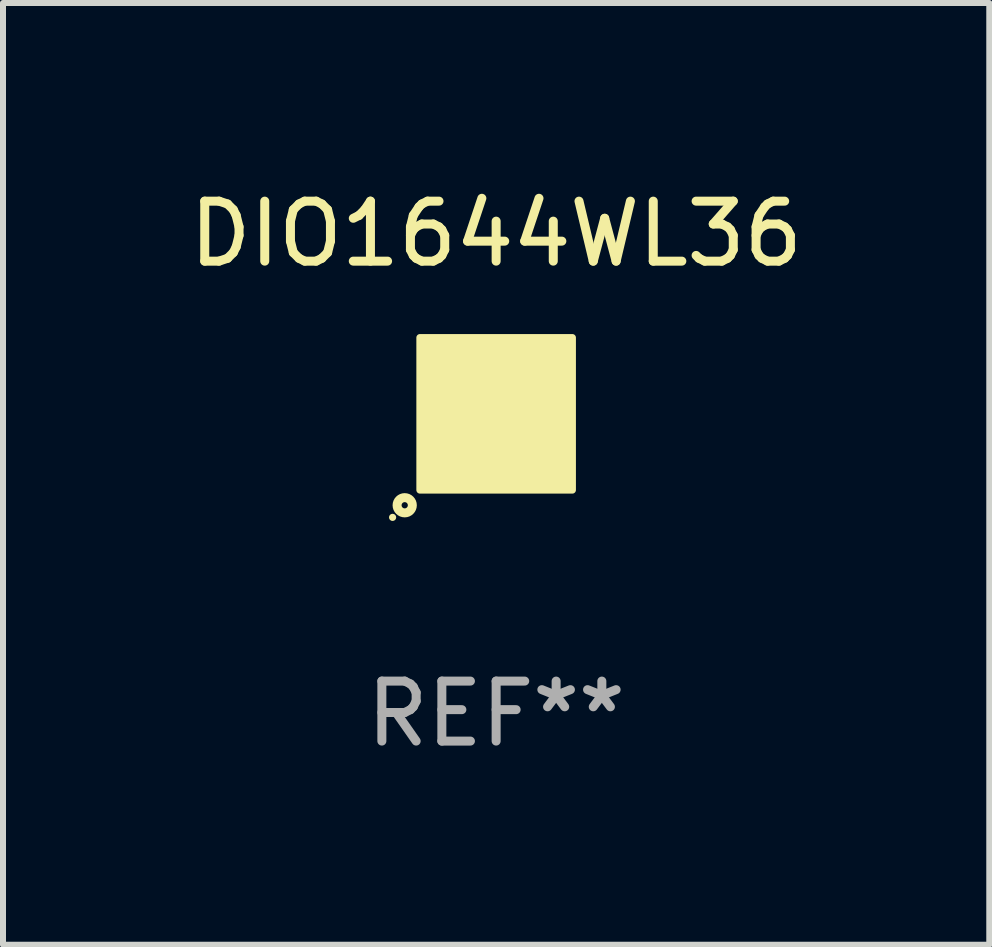
<source format=kicad_pcb>
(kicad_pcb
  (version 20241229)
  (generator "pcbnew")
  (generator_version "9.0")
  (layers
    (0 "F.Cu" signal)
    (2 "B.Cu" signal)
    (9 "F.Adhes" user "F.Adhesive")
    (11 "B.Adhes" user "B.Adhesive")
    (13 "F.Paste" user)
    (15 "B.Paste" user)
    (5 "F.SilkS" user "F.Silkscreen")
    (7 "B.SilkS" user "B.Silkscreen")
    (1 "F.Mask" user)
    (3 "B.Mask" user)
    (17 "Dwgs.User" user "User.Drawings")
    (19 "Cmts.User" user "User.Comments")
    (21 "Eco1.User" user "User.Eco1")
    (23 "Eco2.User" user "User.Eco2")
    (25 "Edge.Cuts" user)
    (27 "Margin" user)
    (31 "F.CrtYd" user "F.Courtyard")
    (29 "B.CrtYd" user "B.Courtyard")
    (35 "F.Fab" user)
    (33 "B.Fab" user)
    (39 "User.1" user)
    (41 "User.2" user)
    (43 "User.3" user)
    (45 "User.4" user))
  (footprint "DIO1644WL36"
    (layer "F.Cu")
    (at 5.22 3.848)
    (property "Reference" "DIO1644WL36" (at 0 -3 0) (layer "F.SilkS") (effects (font (size 1 1) (thickness 0.15))))
    (attr through_hole)
    (fp_circle (center -1.726 1.726) (end -1.696 1.726) (stroke (width 0.06) (type solid)) (fill no) (layer "F.SilkS"))
    (fp_circle (center -1.524 1.524) (end -1.397 1.524) (stroke (width 0.15) (type solid)) (fill no) (layer "F.SilkS"))
    (fp_poly (pts (xy -1.27 -1.27) (xy 1.27 -1.27) (xy 1.27 1.27) (xy -1.27 1.27)) (stroke (width 0.12) (type solid)) (fill yes) (layer "F.SilkS"))
    (fp_text user "REF**" (at 0 5 0) (layer "F.Fab") (effects (font (size 1 1) (thickness 0.15))))
    (pad "A1" smd circle (at -1 1) (size 0.3 0.3) (layers "F.Cu" "F.Mask" "F.Paste"))
    (pad "A2" smd circle (at -1 0.6) (size 0.3 0.3) (layers "F.Cu" "F.Mask" "F.Paste"))
    (pad "A3" smd circle (at -1 0.2) (size 0.3 0.3) (layers "F.Cu" "F.Mask" "F.Paste"))
    (pad "A4" smd circle (at -1 -0.2) (size 0.3 0.3) (layers "F.Cu" "F.Mask" "F.Paste"))
    (pad "A5" smd circle (at -1 -0.6) (size 0.3 0.3) (layers "F.Cu" "F.Mask" "F.Paste"))
    (pad "A6" smd circle (at -1 -1) (size 0.3 0.3) (layers "F.Cu" "F.Mask" "F.Paste"))
    (pad "B1" smd circle (at -0.6 1) (size 0.3 0.3) (layers "F.Cu" "F.Mask" "F.Paste"))
    (pad "B2" smd circle (at -0.6 0.6) (size 0.3 0.3) (layers "F.Cu" "F.Mask" "F.Paste"))
    (pad "B3" smd circle (at -0.6 0.2) (size 0.3 0.3) (layers "F.Cu" "F.Mask" "F.Paste"))
    (pad "B4" smd circle (at -0.6 -0.2) (size 0.3 0.3) (layers "F.Cu" "F.Mask" "F.Paste"))
    (pad "B5" smd circle (at -0.6 -0.6) (size 0.3 0.3) (layers "F.Cu" "F.Mask" "F.Paste"))
    (pad "B6" smd circle (at -0.6 -1) (size 0.3 0.3) (layers "F.Cu" "F.Mask" "F.Paste"))
    (pad "C1" smd circle (at -0.2 1) (size 0.3 0.3) (layers "F.Cu" "F.Mask" "F.Paste"))
    (pad "C2" smd circle (at -0.2 0.6) (size 0.3 0.3) (layers "F.Cu" "F.Mask" "F.Paste"))
    (pad "C3" smd circle (at -0.2 0.2) (size 0.3 0.3) (layers "F.Cu" "F.Mask" "F.Paste"))
    (pad "C4" smd circle (at -0.2 -0.2) (size 0.3 0.3) (layers "F.Cu" "F.Mask" "F.Paste"))
    (pad "C5" smd circle (at -0.2 -0.6) (size 0.3 0.3) (layers "F.Cu" "F.Mask" "F.Paste"))
    (pad "C6" smd circle (at -0.2 -1) (size 0.3 0.3) (layers "F.Cu" "F.Mask" "F.Paste"))
    (pad "D1" smd circle (at 0.2 1) (size 0.3 0.3) (layers "F.Cu" "F.Mask" "F.Paste"))
    (pad "D2" smd circle (at 0.2 0.6) (size 0.3 0.3) (layers "F.Cu" "F.Mask" "F.Paste"))
    (pad "D3" smd circle (at 0.2 0.2) (size 0.3 0.3) (layers "F.Cu" "F.Mask" "F.Paste"))
    (pad "D4" smd circle (at 0.2 -0.2) (size 0.3 0.3) (layers "F.Cu" "F.Mask" "F.Paste"))
    (pad "D5" smd circle (at 0.2 -0.6) (size 0.3 0.3) (layers "F.Cu" "F.Mask" "F.Paste"))
    (pad "D6" smd circle (at 0.2 -1) (size 0.3 0.3) (layers "F.Cu" "F.Mask" "F.Paste"))
    (pad "E1" smd circle (at 0.6 1) (size 0.3 0.3) (layers "F.Cu" "F.Mask" "F.Paste"))
    (pad "E2" smd circle (at 0.6 0.6) (size 0.3 0.3) (layers "F.Cu" "F.Mask" "F.Paste"))
    (pad "E3" smd circle (at 0.6 0.2) (size 0.3 0.3) (layers "F.Cu" "F.Mask" "F.Paste"))
    (pad "E4" smd circle (at 0.6 -0.2) (size 0.3 0.3) (layers "F.Cu" "F.Mask" "F.Paste"))
    (pad "E5" smd circle (at 0.6 -0.6) (size 0.3 0.3) (layers "F.Cu" "F.Mask" "F.Paste"))
    (pad "E6" smd circle (at 0.6 -1) (size 0.3 0.3) (layers "F.Cu" "F.Mask" "F.Paste"))
    (pad "F1" smd circle (at 1 1) (size 0.3 0.3) (layers "F.Cu" "F.Mask" "F.Paste"))
    (pad "F2" smd circle (at 1 0.6) (size 0.3 0.3) (layers "F.Cu" "F.Mask" "F.Paste"))
    (pad "F3" smd circle (at 1 0.2) (size 0.3 0.3) (layers "F.Cu" "F.Mask" "F.Paste"))
    (pad "F4" smd circle (at 1 -0.2) (size 0.3 0.3) (layers "F.Cu" "F.Mask" "F.Paste"))
    (pad "F5" smd circle (at 1 -0.6) (size 0.3 0.3) (layers "F.Cu" "F.Mask" "F.Paste"))
    (pad "F6" smd circle (at 1 -1) (size 0.3 0.3) (layers "F.Cu" "F.Mask" "F.Paste")))
  (gr_rect
    (start -3 -3)
    (end 13.44 12.697)
    (stroke (width 0.1) (type default))
    (fill no)
    (layer "Edge.Cuts")))
</source>
